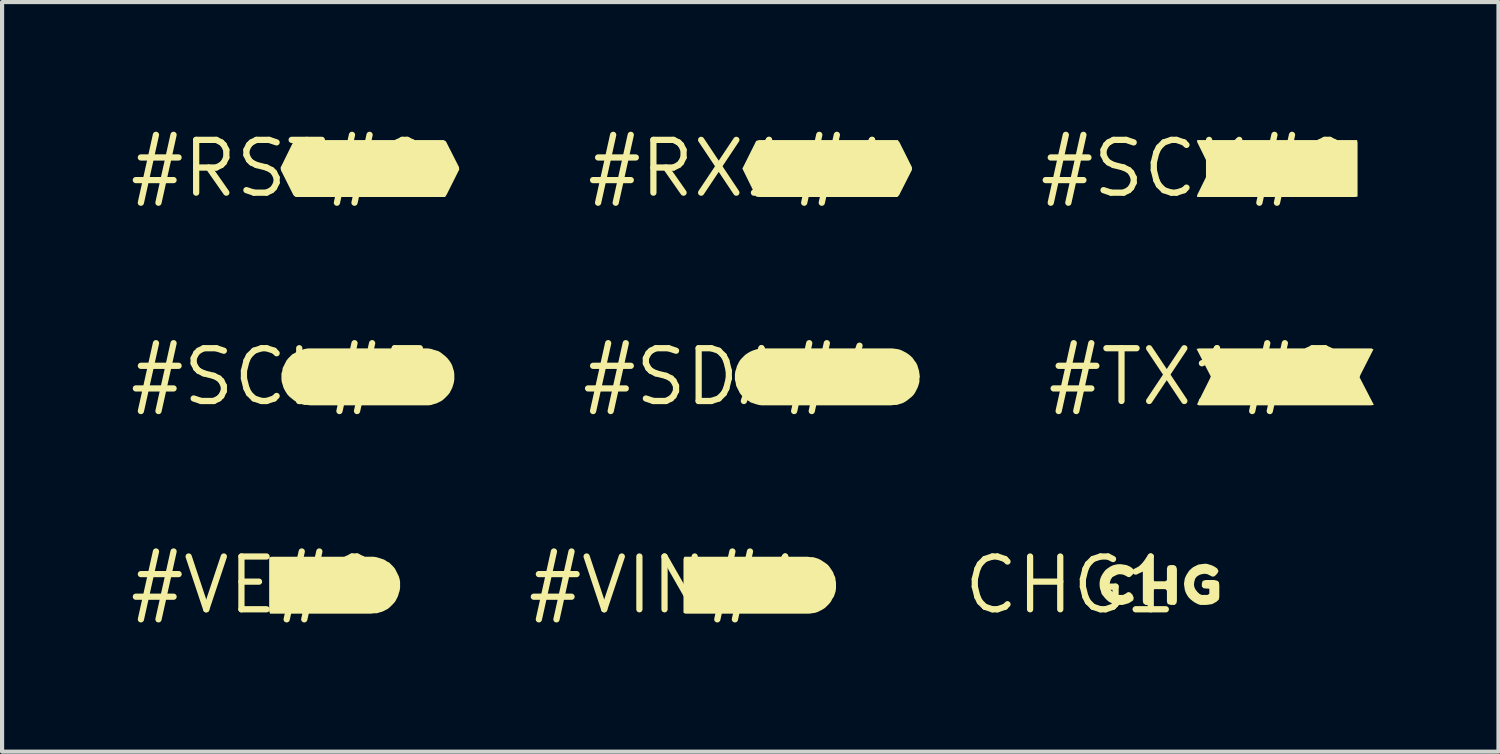
<source format=kicad_pcb>
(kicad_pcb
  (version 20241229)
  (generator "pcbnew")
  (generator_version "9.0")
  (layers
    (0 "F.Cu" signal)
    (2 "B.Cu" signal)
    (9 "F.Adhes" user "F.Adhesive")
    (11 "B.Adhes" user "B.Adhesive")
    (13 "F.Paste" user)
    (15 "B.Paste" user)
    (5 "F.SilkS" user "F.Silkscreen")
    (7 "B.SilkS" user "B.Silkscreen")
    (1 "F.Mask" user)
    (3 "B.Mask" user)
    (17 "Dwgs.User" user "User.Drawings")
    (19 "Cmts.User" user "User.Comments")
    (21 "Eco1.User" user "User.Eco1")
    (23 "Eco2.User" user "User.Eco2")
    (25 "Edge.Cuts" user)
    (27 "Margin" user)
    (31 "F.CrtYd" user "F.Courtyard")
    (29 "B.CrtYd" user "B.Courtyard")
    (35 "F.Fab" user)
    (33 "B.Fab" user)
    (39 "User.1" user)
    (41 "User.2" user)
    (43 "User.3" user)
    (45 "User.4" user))
  (footprint "#SCL#5"
    (layer "F.Cu")
    (at 3.727 6.019)
    (property "Reference" "#SCL#5" (at 0 0 0) (layer "F.SilkS") (effects (font (size 1.27 1.27) (thickness 0.15))))
    (fp_poly (pts (xy 3.591 -0.675) (xy 3.651 -0.655) (xy 3.721 -0.635) (xy 3.782 -0.615) (xy 3.843 -0.574) (xy 3.893 -0.534) (xy 3.943 -0.494) (xy 3.994 -0.443) (xy 4.034 -0.393) (xy 4.074 -0.333) (xy 4.105 -0.272) (xy 4.125 -0.201) (xy 4.145 -0.141) (xy 4.155 -0.07) (xy 4.155 0.06) (xy 4.145 0.131) (xy 4.125 0.201) (xy 4.105 0.262) (xy 4.044 0.383) (xy 4.004 0.433) (xy 3.954 0.484) (xy 3.903 0.534) (xy 3.853 0.574) (xy 3.732 0.635) (xy 3.661 0.655) (xy 3.601 0.675) (xy 3.53 0.685) (xy 0.69 0.685) (xy 0.62 0.675) (xy 0.549 0.675) (xy 0.489 0.655) (xy 0.418 0.635) (xy 0.357 0.604) (xy 0.297 0.564) (xy 0.247 0.524) (xy 0.197 0.484) (xy 0.146 0.433) (xy 0.106 0.373) (xy 0.076 0.322) (xy 0.045 0.262) (xy 0.025 0.191) (xy 0.005 0.131) (xy -0.005 0.06) (xy -0.005 -0.081) (xy 0.015 -0.141) (xy 0.025 -0.212) (xy 0.116 -0.393) (xy 0.156 -0.443) (xy 0.206 -0.494) (xy 0.257 -0.544) (xy 0.317 -0.574) (xy 0.378 -0.615) (xy 0.438 -0.635) (xy 0.499 -0.655) (xy 0.569 -0.675) (xy 0.64 -0.685) (xy 3.52 -0.685)) (stroke (width 0) (type solid)) (fill yes) (layer "F.SilkS")))
  (footprint "#RX1#1"
    (layer "F.Cu")
    (at 14.819 1.006)
    (property "Reference" "#RX1#1" (at 0 0 0) (layer "F.SilkS") (effects (font (size 1.27 1.27) (thickness 0.15))))
    (fp_poly (pts (xy 3.774 -0.633) (xy 4.075 -0.031) (xy 4.075 0.031) (xy 3.764 0.643) (xy 3.722 0.685) (xy 0.4 0.685) (xy 0.327 0.675) (xy -0.006 -0.000017) (xy 0.026 -0.062) (xy 0.326 -0.664) (xy 0.389 -0.685) (xy 3.732 -0.685)) (stroke (width 0) (type solid)) (fill yes) (layer "F.SilkS")))
  (footprint "#SCK#0"
    (layer "F.Cu")
    (at 25.741 1.006)
    (property "Reference" "#SCK#0" (at 0 0 0) (layer "F.SilkS") (effects (font (size 1.27 1.27) (thickness 0.15))))
    (fp_poly (pts (xy 3.875 -0.62) (xy 3.875 0.674) (xy 3.81 0.685) (xy 0.015 0.685) (xy 0.015 0.639) (xy 0.315 0.029) (xy 0.315 -0.029) (xy 0.015 -0.639) (xy 0.015 -0.685) (xy 3.864 -0.685)) (stroke (width 0) (type solid)) (fill yes) (layer "F.SilkS")))
  (footprint "#TX1#2"
    (layer "F.Cu")
    (at 25.75 6.019)
    (property "Reference" "#TX1#2" (at 0 0 0) (layer "F.SilkS") (effects (font (size 1.27 1.27) (thickness 0.15))))
    (fp_poly (pts (xy 4.247 -0.662) (xy 3.935 -0.048) (xy 3.915 0.01) (xy 4.258 0.674) (xy 4.18 0.685) (xy 0.049 0.685) (xy 0.003 0.662) (xy 0.305 0.058) (xy 0.334 -0.01) (xy -0.008 -0.674) (xy 0.06 -0.685) (xy 4.201 -0.685)) (stroke (width 0) (type solid)) (fill yes) (layer "F.SilkS")))
  (footprint "CHG1"
    (layer "F.Cu")
    (at 22.704 11.031)
    (property "Reference" "CHG1" (at 0 0 0) (layer "F.SilkS") (effects (font (size 1.27 1.27) (thickness 0.15))))
    (fp_poly (pts (xy 1.964 -0.464) (xy 1.985 -0.401) (xy 1.985 -0.132) (xy 2.022 -0.095) (xy 2.288 -0.095) (xy 2.325 -0.122) (xy 2.325 -0.401) (xy 2.346 -0.464) (xy 2.409 -0.485) (xy 2.491 -0.485) (xy 2.544 -0.453) (xy 2.565 -0.391) (xy 2.565 0.37) (xy 2.555 0.432) (xy 2.512 0.475) (xy 2.419 0.475) (xy 2.346 0.454) (xy 2.325 0.401) (xy 2.325 0.132) (xy 2.288 0.095) (xy 2.022 0.095) (xy 1.985 0.132) (xy 1.985 0.401) (xy 1.964 0.454) (xy 1.891 0.475) (xy 1.808 0.475) (xy 1.755 0.433) (xy 1.745 0.37) (xy 1.745 -0.381) (xy 1.766 -0.453) (xy 1.808 -0.485) (xy 1.901 -0.485)) (stroke (width 0) (type solid)) (fill yes) (layer "F.SilkS"))
    (fp_poly (pts (xy 1.281 -0.495) (xy 1.351 -0.485) (xy 1.422 -0.454) (xy 1.473 -0.424) (xy 1.525 -0.372) (xy 1.535 -0.309) (xy 1.494 -0.247) (xy 1.432 -0.195) (xy 1.389 -0.195) (xy 1.318 -0.235) (xy 1.269 -0.255) (xy 1.19 -0.265) (xy 1.132 -0.255) (xy 1.013 -0.196) (xy 0.975 -0.138) (xy 0.955 -0.079) (xy 0.945 -0.01) (xy 0.955 0.059) (xy 0.974 0.117) (xy 1.023 0.166) (xy 1.073 0.206) (xy 1.141 0.235) (xy 1.269 0.235) (xy 1.327 0.206) (xy 1.389 0.165) (xy 1.442 0.175) (xy 1.494 0.227) (xy 1.525 0.299) (xy 1.515 0.363) (xy 1.453 0.404) (xy 1.402 0.435) (xy 1.331 0.455) (xy 1.261 0.475) (xy 1.129 0.475) (xy 1.069 0.455) (xy 0.998 0.435) (xy 0.937 0.404) (xy 0.887 0.364) (xy 0.836 0.313) (xy 0.796 0.263) (xy 0.755 0.212) (xy 0.735 0.141) (xy 0.715 0.081) (xy 0.705 0.01) (xy 0.705 -0.06) (xy 0.715 -0.131) (xy 0.735 -0.192) (xy 0.766 -0.253) (xy 0.806 -0.313) (xy 0.846 -0.364) (xy 0.897 -0.404) (xy 0.957 -0.444) (xy 1.018 -0.475) (xy 1.089 -0.495) (xy 1.15 -0.505) (xy 1.22 -0.505)) (stroke (width 0) (type solid)) (fill yes) (layer "F.SilkS"))
    (fp_poly (pts (xy 3.351 -0.495) (xy 3.412 -0.475) (xy 3.473 -0.444) (xy 3.534 -0.403) (xy 3.566 -0.34) (xy 3.534 -0.277) (xy 3.472 -0.215) (xy 3.419 -0.205) (xy 3.298 -0.265) (xy 3.23 -0.275) (xy 3.161 -0.265) (xy 3.102 -0.245) (xy 3.043 -0.206) (xy 3.005 -0.158) (xy 2.985 -0.089) (xy 2.975 -0.02) (xy 2.985 0.048) (xy 3.014 0.107) (xy 3.054 0.157) (xy 3.103 0.206) (xy 3.161 0.235) (xy 3.299 0.235) (xy 3.345 0.207) (xy 3.345 0.085) (xy 3.208 0.075) (xy 3.165 0.032) (xy 3.165 -0.041) (xy 3.186 -0.104) (xy 3.259 -0.125) (xy 3.461 -0.125) (xy 3.543 -0.105) (xy 3.575 -0.072) (xy 3.585 -0.000355) (xy 3.585 0.28) (xy 3.575 0.342) (xy 3.523 0.394) (xy 3.472 0.424) (xy 3.412 0.455) (xy 3.351 0.465) (xy 3.27 0.475) (xy 3.129 0.475) (xy 3.068 0.455) (xy 3.007 0.424) (xy 2.947 0.384) (xy 2.897 0.344) (xy 2.846 0.293) (xy 2.806 0.233) (xy 2.775 0.172) (xy 2.755 0.111) (xy 2.745 0.041) (xy 2.735 -0.03) (xy 2.745 -0.101) (xy 2.755 -0.161) (xy 2.786 -0.232) (xy 2.816 -0.283) (xy 2.856 -0.343) (xy 2.907 -0.394) (xy 2.957 -0.434) (xy 3.078 -0.495) (xy 3.149 -0.505) (xy 3.22 -0.515) (xy 3.281 -0.515)) (stroke (width 0) (type solid)) (fill yes) (layer "F.SilkS")))
  (footprint "#VIN#1"
    (layer "F.Cu")
    (at 13.061 11.031)
    (property "Reference" "#VIN#1" (at 0 0 0) (layer "F.SilkS") (effects (font (size 1.27 1.27) (thickness 0.15))))
    (fp_poly (pts (xy 3.39 -0.675) (xy 3.451 -0.675) (xy 3.521 -0.655) (xy 3.582 -0.635) (xy 3.643 -0.604) (xy 3.703 -0.564) (xy 3.763 -0.524) (xy 3.814 -0.484) (xy 3.854 -0.433) (xy 3.935 -0.312) (xy 3.955 -0.252) (xy 3.985 -0.192) (xy 3.995 -0.121) (xy 4.005 -0.06) (xy 4.005 0.08) (xy 3.995 0.151) (xy 3.975 0.212) (xy 3.955 0.272) (xy 3.914 0.333) (xy 3.884 0.393) (xy 3.844 0.443) (xy 3.794 0.494) (xy 3.743 0.544) (xy 3.683 0.584) (xy 3.562 0.645) (xy 3.501 0.665) (xy 3.431 0.675) (xy 3.36 0.685) (xy 0.379 0.685) (xy 0.335 0.663) (xy 0.335 -0.631) (xy 0.357 -0.685) (xy 3.32 -0.685)) (stroke (width 0) (type solid)) (fill yes) (layer "F.SilkS")))
  (footprint "#SDA#4"
    (layer "F.Cu")
    (at 14.638 6.019)
    (property "Reference" "#SDA#4" (at 0 0 0) (layer "F.SilkS") (effects (font (size 1.27 1.27) (thickness 0.15))))
    (fp_poly (pts (xy 3.861 -0.675) (xy 3.931 -0.665) (xy 3.992 -0.645) (xy 4.113 -0.584) (xy 4.173 -0.544) (xy 4.223 -0.504) (xy 4.274 -0.453) (xy 4.314 -0.393) (xy 4.354 -0.343) (xy 4.385 -0.282) (xy 4.405 -0.211) (xy 4.425 -0.151) (xy 4.435 -0.081) (xy 4.445 -0.01) (xy 4.435 0.05) (xy 4.435 0.121) (xy 4.415 0.191) (xy 4.395 0.252) (xy 4.334 0.373) (xy 4.294 0.433) (xy 4.243 0.484) (xy 4.193 0.524) (xy 4.143 0.564) (xy 4.083 0.604) (xy 4.022 0.635) (xy 3.951 0.655) (xy 3.891 0.675) (xy 3.82 0.675) (xy 3.75 0.685) (xy 0.64 0.685) (xy 0.569 0.675) (xy 0.499 0.655) (xy 0.438 0.635) (xy 0.378 0.615) (xy 0.317 0.574) (xy 0.257 0.544) (xy 0.206 0.494) (xy 0.156 0.443) (xy 0.116 0.393) (xy 0.025 0.212) (xy 0.015 0.141) (xy -0.005 0.071) (xy -0.005 -0.06) (xy 0.005 -0.131) (xy 0.025 -0.191) (xy 0.045 -0.262) (xy 0.106 -0.383) (xy 0.146 -0.433) (xy 0.196 -0.484) (xy 0.247 -0.534) (xy 0.307 -0.574) (xy 0.358 -0.604) (xy 0.428 -0.635) (xy 0.489 -0.655) (xy 0.559 -0.675) (xy 0.62 -0.685) (xy 3.79 -0.685)) (stroke (width 0) (type solid)) (fill yes) (layer "F.SilkS")))
  (footprint "#RST#0"
    (layer "F.Cu")
    (at 3.696 1.006)
    (property "Reference" "#RST#0" (at 0 0 0) (layer "F.SilkS") (effects (font (size 1.27 1.27) (thickness 0.15))))
    (fp_poly (pts (xy 3.984 -0.654) (xy 4.295 -0.042) (xy 4.305 0.021) (xy 4.004 0.623) (xy 3.963 0.685) (xy 0.368 0.685) (xy 0.316 0.643) (xy 0.015 0.042) (xy 0.005 -0.021) (xy 0.306 -0.633) (xy 0.348 -0.685) (xy 3.931 -0.685)) (stroke (width 0) (type solid)) (fill yes) (layer "F.SilkS")))
  (footprint "#VE#0"
    (layer "F.Cu")
    (at 3.092 11.031)
    (property "Reference" "#VE#0" (at 0 0 0) (layer "F.SilkS") (effects (font (size 1.27 1.27) (thickness 0.15))))
    (fp_poly (pts (xy 2.911 -0.675) (xy 2.981 -0.655) (xy 3.042 -0.635) (xy 3.102 -0.615) (xy 3.163 -0.574) (xy 3.223 -0.544) (xy 3.274 -0.494) (xy 3.324 -0.443) (xy 3.364 -0.393) (xy 3.455 -0.212) (xy 3.475 -0.141) (xy 3.485 -0.08) (xy 3.485 0.06) (xy 3.475 0.131) (xy 3.455 0.191) (xy 3.435 0.262) (xy 3.374 0.383) (xy 3.334 0.433) (xy 3.284 0.484) (xy 3.233 0.534) (xy 3.183 0.574) (xy 3.062 0.635) (xy 2.991 0.655) (xy 2.931 0.675) (xy 2.86 0.675) (xy 2.79 0.685) (xy 0.357 0.685) (xy 0.335 0.631) (xy 0.335 -0.663) (xy 0.389 -0.685) (xy 2.84 -0.685)) (stroke (width 0) (type solid)) (fill yes) (layer "F.SilkS")))
  (gr_rect
    (start -3 -3)
    (end 33.007 15.037)
    (stroke (width 0.1) (type default))
    (fill no)
    (layer "Edge.Cuts")))
</source>
